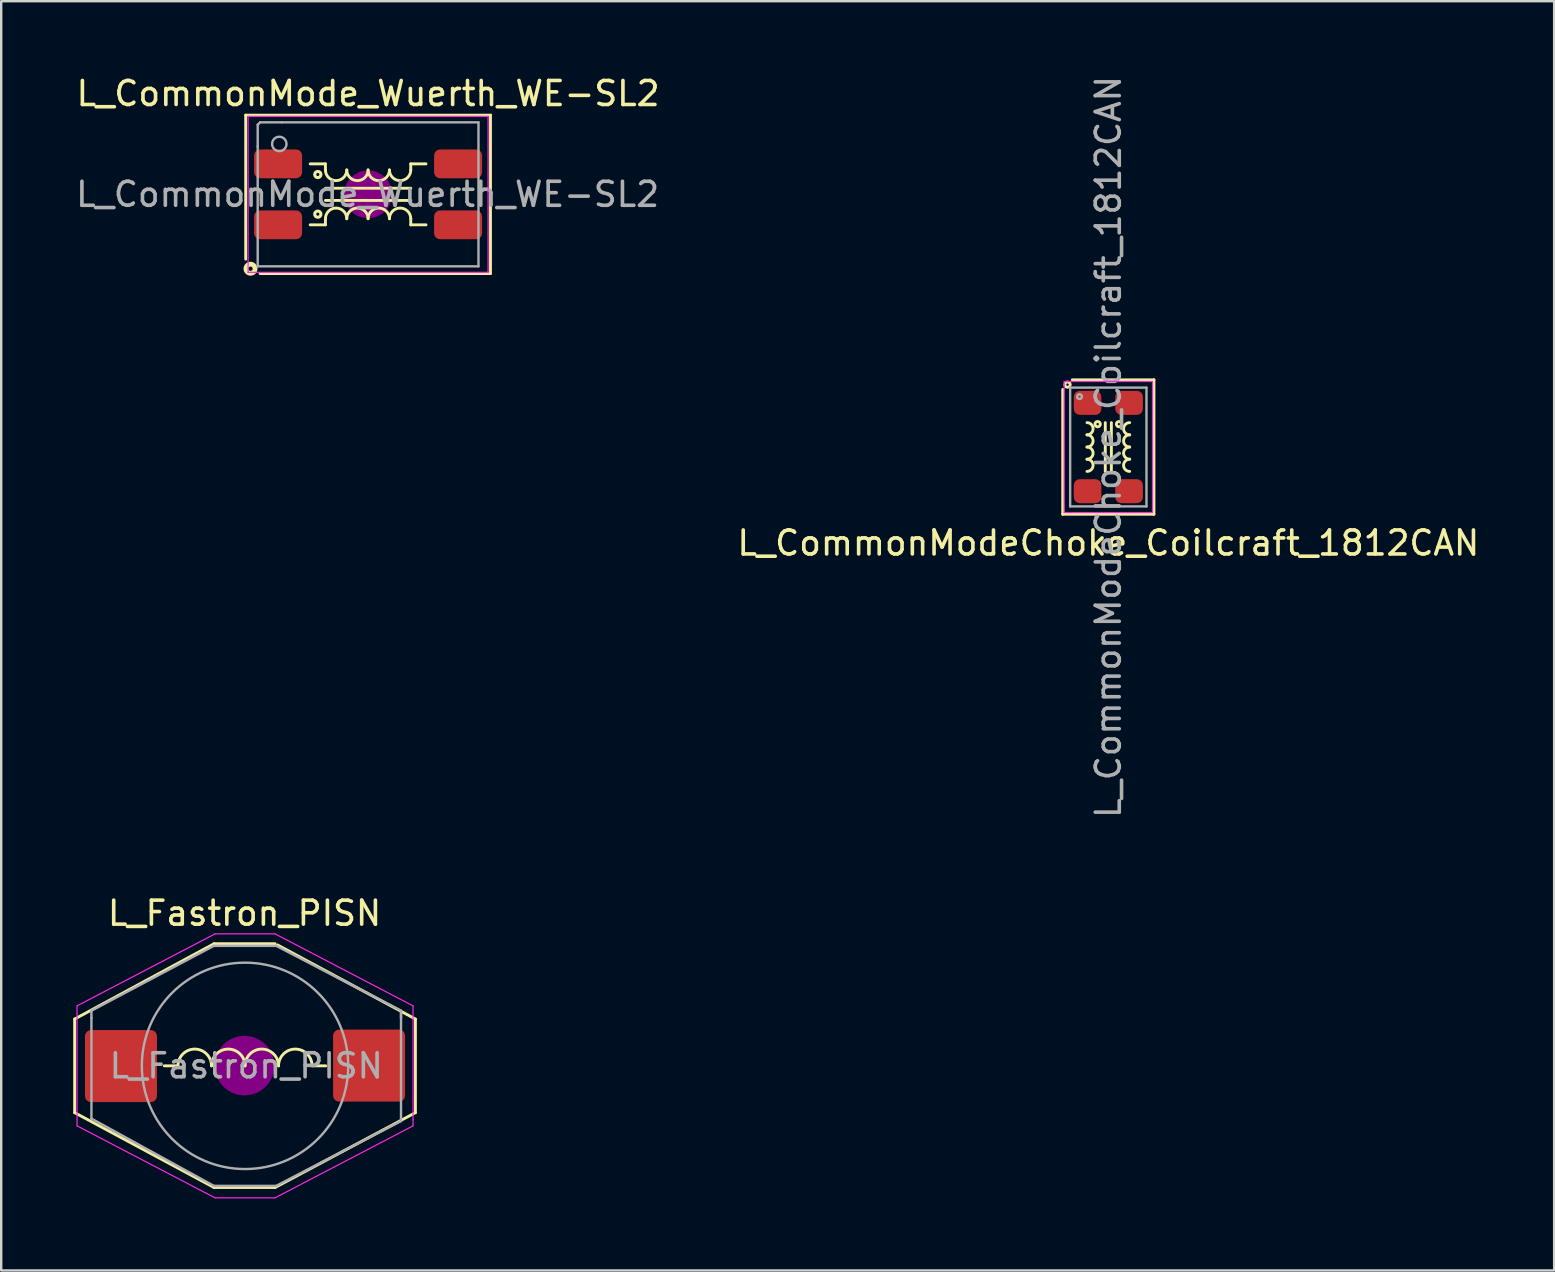
<source format=kicad_pcb>
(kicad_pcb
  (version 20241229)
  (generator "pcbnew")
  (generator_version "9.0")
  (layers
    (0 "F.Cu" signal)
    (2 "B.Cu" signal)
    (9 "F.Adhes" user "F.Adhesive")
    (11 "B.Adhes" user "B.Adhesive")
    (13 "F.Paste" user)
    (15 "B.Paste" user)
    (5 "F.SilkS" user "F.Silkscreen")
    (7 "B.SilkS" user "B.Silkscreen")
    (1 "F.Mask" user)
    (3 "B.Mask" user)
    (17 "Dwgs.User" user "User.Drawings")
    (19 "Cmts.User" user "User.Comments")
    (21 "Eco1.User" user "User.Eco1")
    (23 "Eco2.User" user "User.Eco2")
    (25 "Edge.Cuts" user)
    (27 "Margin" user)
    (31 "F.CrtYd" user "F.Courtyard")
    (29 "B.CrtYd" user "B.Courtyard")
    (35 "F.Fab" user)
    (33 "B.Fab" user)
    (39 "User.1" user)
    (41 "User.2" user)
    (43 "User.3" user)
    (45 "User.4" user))
  (footprint "L_CommonMode_Wuerth_WE-SL2"
    (layer "F.Cu")
    (at 12.288 5.048)
    (property "Reference" "L_CommonMode_Wuerth_WE-SL2" (at 0 -4.2 0) (layer "F.SilkS") (effects (font (size 1 1) (thickness 0.15))))
    (attr smd)
    (fp_line (start -5.1 -3.3) (end 5.1 -3.3) (stroke (width 0.12) (type solid)) (layer "F.SilkS"))
    (fp_line (start -5.1 2.7) (end -5.1 -3.3) (stroke (width 0.12) (type solid)) (layer "F.SilkS"))
    (fp_line (start -2.413 -1.27) (end -1.778 -1.27) (stroke (width 0.12) (type solid)) (layer "F.SilkS"))
    (fp_line (start -2.413 1.27) (end -1.778 1.27) (stroke (width 0.12) (type solid)) (layer "F.SilkS"))
    (fp_line (start -1.778 -1.016) (end -1.778 -1.27) (stroke (width 0.12) (type solid)) (layer "F.SilkS"))
    (fp_line (start -1.778 0.254) (end 1.778 0.254) (stroke (width 0.12) (type solid)) (layer "F.SilkS"))
    (fp_line (start -1.778 1.016) (end -1.778 1.27) (stroke (width 0.12) (type solid)) (layer "F.SilkS"))
    (fp_line (start 1.778 -1.27) (end 2.413 -1.27) (stroke (width 0.12) (type solid)) (layer "F.SilkS"))
    (fp_line (start 1.778 -1.016) (end 1.778 -1.27) (stroke (width 0.12) (type solid)) (layer "F.SilkS"))
    (fp_line (start 1.778 -0.254) (end -1.778 -0.254) (stroke (width 0.12) (type solid)) (layer "F.SilkS"))
    (fp_line (start 1.778 1.016) (end 1.778 1.27) (stroke (width 0.12) (type solid)) (layer "F.SilkS"))
    (fp_line (start 1.778 1.27) (end 2.413 1.27) (stroke (width 0.12) (type solid)) (layer "F.SilkS"))
    (fp_line (start 5.1 -3.3) (end 5.1 3.3) (stroke (width 0.12) (type solid)) (layer "F.SilkS"))
    (fp_line (start 5.1 3.3) (end -4.5 3.3) (stroke (width 0.12) (type solid)) (layer "F.SilkS"))
    (fp_arc (start -1.778 1.016) (mid -1.3335 0.5715) (end -0.889 1.016) (stroke (width 0.12) (type solid)) (layer "F.SilkS"))
    (fp_arc (start -0.889 -1.016) (mid -1.3335 -0.5715) (end -1.778 -1.016) (stroke (width 0.12) (type solid)) (layer "F.SilkS"))
    (fp_arc (start -0.889 1.016) (mid -0.4445 0.5715) (end 0 1.016) (stroke (width 0.12) (type solid)) (layer "F.SilkS"))
    (fp_arc (start 0 -1.016) (mid -0.4445 -0.5715) (end -0.889 -1.016) (stroke (width 0.12) (type solid)) (layer "F.SilkS"))
    (fp_arc (start 0 1.016) (mid 0.4445 0.5715) (end 0.889 1.016) (stroke (width 0.12) (type solid)) (layer "F.SilkS"))
    (fp_arc (start 0.889 -1.016) (mid 0.4445 -0.5715) (end 0 -1.016) (stroke (width 0.12) (type solid)) (layer "F.SilkS"))
    (fp_arc (start 0.889 1.016) (mid 1.3335 0.5715) (end 1.778 1.016) (stroke (width 0.12) (type solid)) (layer "F.SilkS"))
    (fp_arc (start 1.778 -1.016) (mid 1.3335 -0.5715) (end 0.889 -1.016) (stroke (width 0.12) (type solid)) (layer "F.SilkS"))
    (fp_circle (center -4.9 3.1) (end -4.81 3.1) (stroke (width 0.2) (type solid)) (fill no) (layer "F.SilkS"))
    (fp_circle (center -2.095 -0.826) (end -2.095 -0.762) (stroke (width 0.13) (type solid)) (fill no) (layer "F.SilkS"))
    (fp_circle (center -2.095 0.826) (end -2.095 0.762) (stroke (width 0.13) (type solid)) (fill no) (layer "F.SilkS"))
    (fp_circle (center 0 0) (end 0.5 0) (stroke (width 1) (type solid)) (fill no) (layer "F.Adhes"))
    (fp_line (start -5 -3.25) (end 5 -3.25) (stroke (width 0.05) (type solid)) (layer "F.CrtYd"))
    (fp_line (start -5 3.25) (end -5 -3.25) (stroke (width 0.05) (type solid)) (layer "F.CrtYd"))
    (fp_line (start 5 -3.25) (end 5 3.25) (stroke (width 0.05) (type solid)) (layer "F.CrtYd"))
    (fp_line (start 5 3.25) (end -5 3.25) (stroke (width 0.05) (type solid)) (layer "F.CrtYd"))
    (fp_line (start -4.6 -2.9) (end -4.5 -3) (stroke (width 0.1) (type solid)) (layer "F.Fab"))
    (fp_line (start -4.6 -2) (end -4.6 -2.9) (stroke (width 0.1) (type solid)) (layer "F.Fab"))
    (fp_line (start -4.6 -2) (end -4.6 3) (stroke (width 0.1) (type solid)) (layer "F.Fab"))
    (fp_line (start -4.5 -3) (end -3.6 -3) (stroke (width 0.1) (type solid)) (layer "F.Fab"))
    (fp_line (start -3.6 -3) (end 4.6 -3) (stroke (width 0.1) (type solid)) (layer "F.Fab"))
    (fp_line (start 4.6 -3) (end 4.6 3) (stroke (width 0.1) (type solid)) (layer "F.Fab"))
    (fp_line (start 4.6 3) (end -4.6 3) (stroke (width 0.1) (type solid)) (layer "F.Fab"))
    (fp_circle (center -3.7 -2.1) (end -3.4 -2.1) (stroke (width 0.1) (type solid)) (fill no) (layer "F.Fab"))
    (fp_text user "${REFERENCE}" (at -0.02 0 0) (layer "F.Fab") (effects (font (size 1 1) (thickness 0.15))))
    (pad "1" smd roundrect (at -3.75 -1.27) (size 2 1.2) (layers "F.Cu" "F.Mask" "F.Paste") (roundrect_rratio 0.208))
    (pad "2" smd roundrect (at -3.75 1.27) (size 2 1.2) (layers "F.Cu" "F.Mask" "F.Paste") (roundrect_rratio 0.208))
    (pad "3" smd roundrect (at 3.75 1.27) (size 2 1.2) (layers "F.Cu" "F.Mask" "F.Paste") (roundrect_rratio 0.208))
    (pad "4" smd roundrect (at 3.75 -1.27) (size 2 1.2) (layers "F.Cu" "F.Mask" "F.Paste") (roundrect_rratio 0.208)))
  (footprint "L_CommonModeChoke_Coilcraft_1812CAN"
    (layer "F.Cu")
    (at 43.133 15.577)
    (property "Reference" "L_CommonModeChoke_Coilcraft_1812CAN" (at 0 4 0) (layer "F.SilkS") (effects (font (size 1 1) (thickness 0.15))))
    (attr smd)
    (fp_line (start -1.9 -2.4) (end -1.9 2.8) (stroke (width 0.12) (type solid)) (layer "F.SilkS"))
    (fp_line (start -1.9 2.8) (end 1.9 2.8) (stroke (width 0.12) (type solid)) (layer "F.SilkS"))
    (fp_line (start -0.127 -1.016) (end -0.127 1.016) (stroke (width 0.12) (type solid)) (layer "F.SilkS"))
    (fp_line (start 0.127 1.016) (end 0.127 -1.016) (stroke (width 0.12) (type solid)) (layer "F.SilkS"))
    (fp_line (start 1.9 -2.8) (end -1.5 -2.8) (stroke (width 0.12) (type solid)) (layer "F.SilkS"))
    (fp_line (start 1.9 2.8) (end 1.9 -2.8) (stroke (width 0.12) (type solid)) (layer "F.SilkS"))
    (fp_arc (start -0.889 -1.016) (mid -0.635 -0.762) (end -0.889 -0.508) (stroke (width 0.12) (type solid)) (layer "F.SilkS"))
    (fp_arc (start -0.889 -0.508) (mid -0.635 -0.254) (end -0.889 0) (stroke (width 0.12) (type solid)) (layer "F.SilkS"))
    (fp_arc (start -0.889 0) (mid -0.635 0.254) (end -0.889 0.508) (stroke (width 0.12) (type solid)) (layer "F.SilkS"))
    (fp_arc (start -0.889 0.508) (mid -0.635 0.762) (end -0.889 1.016) (stroke (width 0.12) (type solid)) (layer "F.SilkS"))
    (fp_arc (start 0.889 -0.508) (mid 0.635 -0.762) (end 0.889 -1.016) (stroke (width 0.12) (type solid)) (layer "F.SilkS"))
    (fp_arc (start 0.889 0) (mid 0.635 -0.254) (end 0.889 -0.508) (stroke (width 0.12) (type solid)) (layer "F.SilkS"))
    (fp_arc (start 0.889 0.508) (mid 0.635 0.254) (end 0.889 0) (stroke (width 0.12) (type solid)) (layer "F.SilkS"))
    (fp_arc (start 0.889 1.016) (mid 0.635 0.762) (end 0.889 0.508) (stroke (width 0.12) (type solid)) (layer "F.SilkS"))
    (fp_circle (center -1.7 -2.6) (end -1.649 -2.6) (stroke (width 0.12) (type solid)) (fill no) (layer "F.SilkS"))
    (fp_circle (center -0.445 -0.953) (end -0.394 -0.953) (stroke (width 0.12) (type solid)) (fill no) (layer "F.SilkS"))
    (fp_circle (center 0.445 -0.953) (end 0.495 -0.953) (stroke (width 0.12) (type solid)) (fill no) (layer "F.SilkS"))
    (fp_line (start -1.84 -2.73) (end 1.84 -2.73) (stroke (width 0.05) (type solid)) (layer "F.CrtYd"))
    (fp_line (start -1.84 2.73) (end -1.84 -2.73) (stroke (width 0.05) (type solid)) (layer "F.CrtYd"))
    (fp_line (start -1.84 2.73) (end 1.84 2.73) (stroke (width 0.05) (type solid)) (layer "F.CrtYd"))
    (fp_line (start 1.84 2.73) (end 1.84 -2.73) (stroke (width 0.05) (type solid)) (layer "F.CrtYd"))
    (fp_line (start -1.59 -2.475) (end -1.59 2.475) (stroke (width 0.1) (type solid)) (layer "F.Fab"))
    (fp_line (start -1.59 -2.475) (end 1.59 -2.475) (stroke (width 0.1) (type solid)) (layer "F.Fab"))
    (fp_line (start -1.59 2.475) (end 1.59 2.475) (stroke (width 0.1) (type solid)) (layer "F.Fab"))
    (fp_line (start 1.59 -2.475) (end 1.59 2.475) (stroke (width 0.1) (type solid)) (layer "F.Fab"))
    (fp_circle (center -1.2 -2.1) (end -1.1 -2.1) (stroke (width 0.1) (type solid)) (fill no) (layer "F.Fab"))
    (fp_text user "${REFERENCE}" (at 0 0 90) (layer "F.Fab") (effects (font (size 1 1) (thickness 0.15))))
    (pad "1" smd roundrect (at -0.865 -1.84) (size 1.15 1) (layers "F.Cu" "F.Mask" "F.Paste") (roundrect_rratio 0.25))
    (pad "2" smd roundrect (at -0.865 1.84) (size 1.15 1) (layers "F.Cu" "F.Mask" "F.Paste") (roundrect_rratio 0.25))
    (pad "3" smd roundrect (at 0.865 1.84) (size 1.15 1) (layers "F.Cu" "F.Mask" "F.Paste") (roundrect_rratio 0.25))
    (pad "4" smd roundrect (at 0.865 -1.84) (size 1.15 1) (layers "F.Cu" "F.Mask" "F.Paste") (roundrect_rratio 0.25)))
  (footprint "L_Fastron_PISN"
    (layer "F.Cu")
    (at 7.16 41.363)
    (property "Reference" "L_Fastron_PISN" (at -0.02 -6.36 0) (layer "F.SilkS") (effects (font (size 1 1) (thickness 0.15))))
    (attr smd)
    (fp_line (start -7.1 -1.95) (end -7.1 1.95) (stroke (width 0.12) (type solid)) (layer "F.SilkS"))
    (fp_line (start -3.365 0) (end -2.794 0) (stroke (width 0.12) (type solid)) (layer "F.SilkS"))
    (fp_line (start -1.29 -5.09) (end -7.1 -1.95) (stroke (width 0.12) (type solid)) (layer "F.SilkS"))
    (fp_line (start -1.29 -5.09) (end 1.25 -5.09) (stroke (width 0.12) (type solid)) (layer "F.SilkS"))
    (fp_line (start -1.29 5.07) (end -7.1 1.95) (stroke (width 0.12) (type solid)) (layer "F.SilkS"))
    (fp_line (start -1.29 5.07) (end 1.25 5.07) (stroke (width 0.12) (type solid)) (layer "F.SilkS"))
    (fp_line (start 1.25 5.07) (end 7.1 1.95) (stroke (width 0.12) (type solid)) (layer "F.SilkS"))
    (fp_line (start 1.35 -5.04) (end 7.1 -1.95) (stroke (width 0.12) (type solid)) (layer "F.SilkS"))
    (fp_line (start 2.794 0) (end 3.365 0) (stroke (width 0.12) (type solid)) (layer "F.SilkS"))
    (fp_line (start 7.1 -1.95) (end 7.1 1.95) (stroke (width 0.12) (type solid)) (layer "F.SilkS"))
    (fp_arc (start -2.794 0) (mid -2.0955 -0.6985) (end -1.397 0) (stroke (width 0.12) (type solid)) (layer "F.SilkS"))
    (fp_arc (start -1.397 0) (mid -0.6985 -0.6985) (end 0 0) (stroke (width 0.12) (type solid)) (layer "F.SilkS"))
    (fp_arc (start 0 0) (mid 0.6985 -0.6985) (end 1.397 0) (stroke (width 0.12) (type solid)) (layer "F.SilkS"))
    (fp_arc (start 1.397 0) (mid 2.0955 -0.6985) (end 2.794 0) (stroke (width 0.12) (type solid)) (layer "F.SilkS"))
    (fp_line (start -0.02 -0.26) (end -0.02 0.25) (stroke (width 0.38) (type solid)) (layer "F.Adhes"))
    (fp_circle (center -0.02 -0.01) (end -0.02 0.5) (stroke (width 0.38) (type solid)) (fill no) (layer "F.Adhes"))
    (fp_circle (center -0.02 -0.01) (end 0.24 -0.01) (stroke (width 0.38) (type solid)) (fill no) (layer "F.Adhes"))
    (fp_circle (center -0.02 -0.01) (end 0.24 0.76) (stroke (width 0.38) (type solid)) (fill no) (layer "F.Adhes"))
    (fp_circle (center -0.02 -0.01) (end 0.24 1.01) (stroke (width 0.38) (type solid)) (fill no) (layer "F.Adhes"))
    (fp_line (start -7 -2.5) (end -1.25 -5.5) (stroke (width 0.05) (type solid)) (layer "F.CrtYd"))
    (fp_line (start -7 2.5) (end -7 -2.5) (stroke (width 0.05) (type solid)) (layer "F.CrtYd"))
    (fp_line (start -1.25 -5.5) (end 1.25 -5.5) (stroke (width 0.05) (type solid)) (layer "F.CrtYd"))
    (fp_line (start -1.25 5.5) (end -7 2.5) (stroke (width 0.05) (type solid)) (layer "F.CrtYd"))
    (fp_line (start 1.25 -5.5) (end 7 -2.5) (stroke (width 0.05) (type solid)) (layer "F.CrtYd"))
    (fp_line (start 1.25 5.5) (end -1.25 5.5) (stroke (width 0.05) (type solid)) (layer "F.CrtYd"))
    (fp_line (start 7 -2.5) (end 7 2.25) (stroke (width 0.05) (type solid)) (layer "F.CrtYd"))
    (fp_line (start 7 2.25) (end 7 2.5) (stroke (width 0.05) (type solid)) (layer "F.CrtYd"))
    (fp_line (start 7 2.5) (end 1.25 5.5) (stroke (width 0.05) (type solid)) (layer "F.CrtYd"))
    (fp_line (start -6.4 -2.3) (end -1.3 -5) (stroke (width 0.1) (type solid)) (layer "F.Fab"))
    (fp_line (start -6.4 -2) (end -6.4 -2.3) (stroke (width 0.1) (type solid)) (layer "F.Fab"))
    (fp_line (start -6.4 -2) (end -6.4 2.2) (stroke (width 0.1) (type solid)) (layer "F.Fab"))
    (fp_line (start -6.4 2.2) (end -1.3 5) (stroke (width 0.1) (type solid)) (layer "F.Fab"))
    (fp_line (start -1.3 -5) (end 1.3 -5) (stroke (width 0.1) (type solid)) (layer "F.Fab"))
    (fp_line (start -1.3 5) (end 1.3 5) (stroke (width 0.1) (type solid)) (layer "F.Fab"))
    (fp_line (start 1.3 -5) (end 6.5 -2.3) (stroke (width 0.1) (type solid)) (layer "F.Fab"))
    (fp_line (start 1.3 5) (end 6.5 2.3) (stroke (width 0.1) (type solid)) (layer "F.Fab"))
    (fp_line (start 6.5 -2.3) (end 6.5 -2) (stroke (width 0.1) (type solid)) (layer "F.Fab"))
    (fp_line (start 6.5 2.3) (end 6.5 -2.2) (stroke (width 0.1) (type solid)) (layer "F.Fab"))
    (fp_circle (center 0 0) (end 0 -4.3) (stroke (width 0.1) (type solid)) (fill no) (layer "F.Fab"))
    (fp_text user "${REFERENCE}" (at 0.05 0 0) (layer "F.Fab") (effects (font (size 1 1) (thickness 0.15))))
    (pad "1" smd roundrect (at 5.17 -0.01) (size 3 3) (layers "F.Cu" "F.Mask" "F.Paste") (roundrect_rratio 0.083))
    (pad "2" smd roundrect (at -5.17 0.01) (size 3 3) (layers "F.Cu" "F.Mask" "F.Paste") (roundrect_rratio 0.083)))
  (gr_rect
    (start -3 -3)
    (end 61.71 49.888)
    (stroke (width 0.1) (type default))
    (fill no)
    (layer "Edge.Cuts")))
</source>
